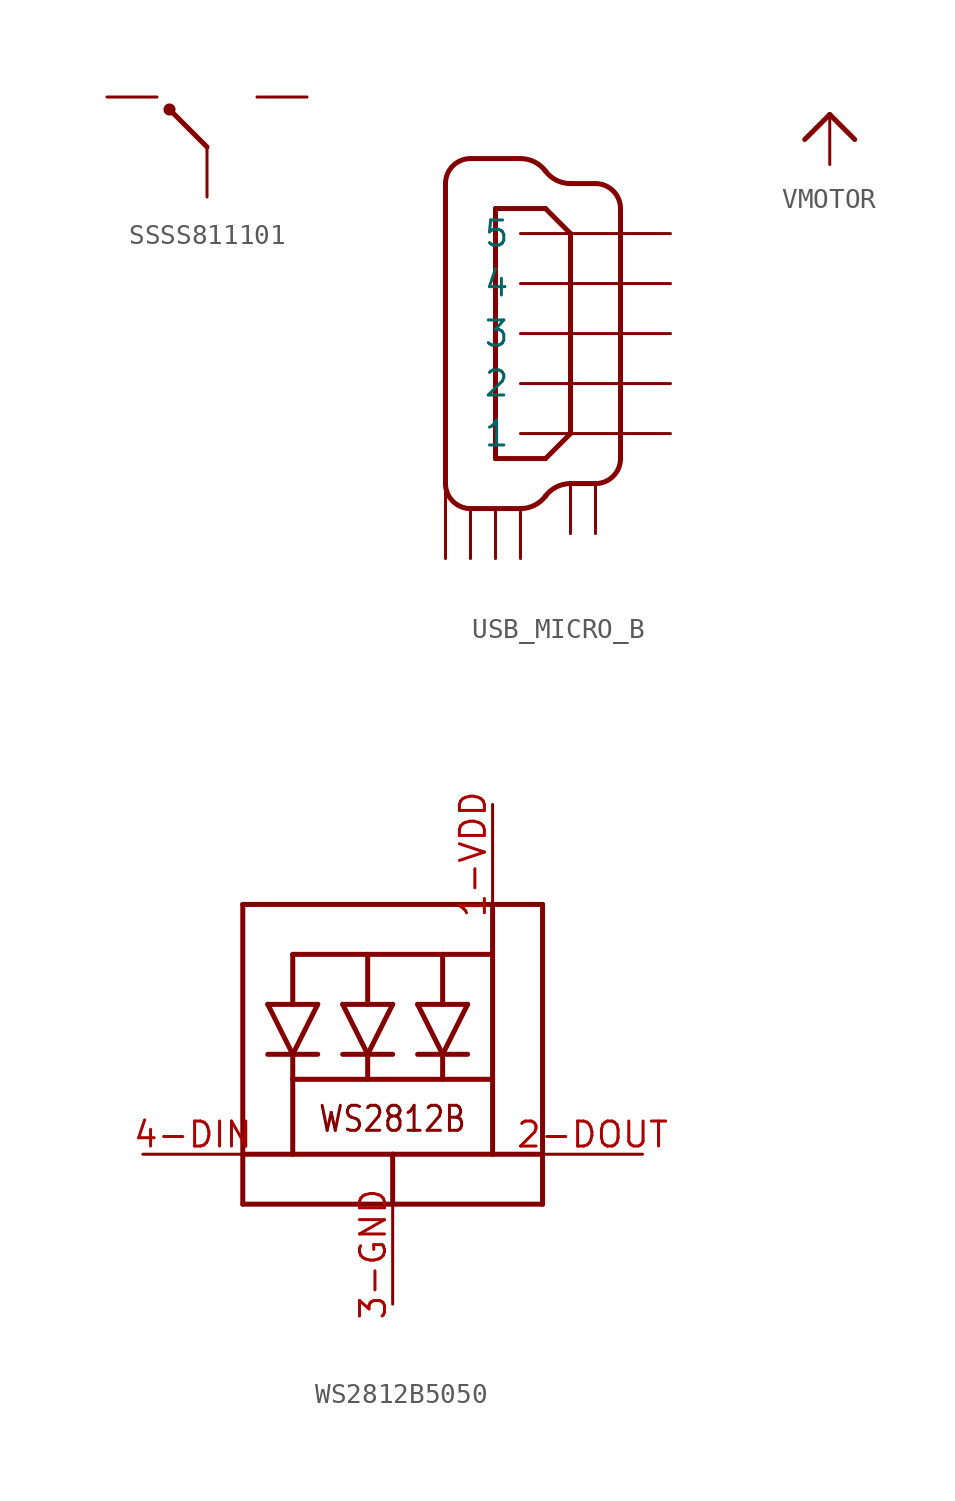
<source format=kicad_sym>
(kicad_symbol_lib
  (version 20231120)
  (generator "kicad_symbol_editor")
  (generator_version "8.0")
  (symbol "SSSS811101"
    (property "Reference" ""
      (at -2.54 2.54 0)
      (effects (font (size 1.778 1.511)) (justify left bottom) (hide yes)))
    (property "Value" ""
      (at 2.54 -5.08 0)
      (effects (font (size 1.778 1.511)) (justify left bottom)))
    (property "ki_locked" ""
      (at 0 0 0)
      (effects (font (size 1.27 1.27))))
    (symbol "SSSS811101_1_0"
      (circle (center -1.905 -0.635) (radius 0.057) (stroke (width 0.254) (type solid)) (fill (type none)))
      (polyline (pts (xy 0 -2.54) (xy -1.905 -0.635)) (stroke (width 0.254) (type solid)) (fill (type none)))
      (pin bidirectional line (at -5.08 0 0) (length 2.54) (name "1" (effects (font (size 0 0)))) (number "1" (effects (font (size 0 0)))))
      (pin bidirectional line (at 0 -5.08 90) (length 2.54) (name "2" (effects (font (size 0 0)))) (number "2" (effects (font (size 0 0)))))
      (pin bidirectional line (at 5.08 0 180) (length 2.54) (name "3" (effects (font (size 0 0)))) (number "3" (effects (font (size 0 0)))))))
  (symbol "USB_MICRO_B"
    (property "Reference" ""
      (at -6.35 12.7 0)
      (effects (font (size 1.778 1.511)) (justify left bottom) (hide yes)))
    (property "Value" ""
      (at -6.35 10.16 0)
      (effects (font (size 1.778 1.511)) (justify left bottom)))
    (property "ki_locked" ""
      (at 0 0 0)
      (effects (font (size 1.27 1.27))))
    (symbol "USB_MICRO_B_1_0"
      (arc (start -6.35 -7.62) (mid -5.978 -8.518) (end -5.08 -8.89) (stroke (width 0.254) (type solid)) (fill (type none)))
      (arc (start -5.08 8.89) (mid -5.978 8.518) (end -6.35 7.62) (stroke (width 0.254) (type solid)) (fill (type none)))
      (arc (start -2.54 -8.89) (mid -1.83 -8.7224) (end -1.2699 -8.255) (stroke (width 0.254) (type solid)) (fill (type none)))
      (arc (start -1.2699 8.255) (mid -1.83 8.7224) (end -2.54 8.89) (stroke (width 0.254) (type solid)) (fill (type none)))
      (arc (start -1.27 8.255) (mid -0.71 7.7876) (end 0 7.62) (stroke (width 0.254) (type solid)) (fill (type none)))
      (arc (start 0 -7.62) (mid -0.71 -7.7876) (end -1.27 -8.255) (stroke (width 0.254) (type solid)) (fill (type none)))
      (polyline (pts (xy -6.35 7.62) (xy -6.35 -7.62)) (stroke (width 0.254) (type solid)) (fill (type none)))
      (polyline (pts (xy -5.08 -8.89) (xy -2.54 -8.89)) (stroke (width 0.254) (type solid)) (fill (type none)))
      (polyline (pts (xy -5.08 8.89) (xy -2.54 8.89)) (stroke (width 0.254) (type solid)) (fill (type none)))
      (polyline (pts (xy -3.81 -6.35) (xy -3.81 6.35)) (stroke (width 0.254) (type solid)) (fill (type none)))
      (polyline (pts (xy -3.81 6.35) (xy -1.27 6.35)) (stroke (width 0.254) (type solid)) (fill (type none)))
      (polyline (pts (xy -1.27 -6.35) (xy -3.81 -6.35)) (stroke (width 0.254) (type solid)) (fill (type none)))
      (polyline (pts (xy -1.27 6.35) (xy 0 5.08)) (stroke (width 0.254) (type solid)) (fill (type none)))
      (polyline (pts (xy 0 -7.62) (xy 1.27 -7.62)) (stroke (width 0.254) (type solid)) (fill (type none)))
      (polyline (pts (xy 0 -5.08) (xy -1.27 -6.35)) (stroke (width 0.254) (type solid)) (fill (type none)))
      (polyline (pts (xy 0 5.08) (xy 0 -5.08)) (stroke (width 0.254) (type solid)) (fill (type none)))
      (polyline (pts (xy 0 7.62) (xy 1.27 7.62)) (stroke (width 0.254) (type solid)) (fill (type none)))
      (polyline (pts (xy 2.54 -6.35) (xy 2.54 6.35)) (stroke (width 0.254) (type solid)) (fill (type none)))
      (arc (start 1.27 -7.62) (mid 2.168 -7.248) (end 2.54 -6.35) (stroke (width 0.254) (type solid)) (fill (type none)))
      (arc (start 2.54 6.35) (mid 2.168 7.248) (end 1.27 7.62) (stroke (width 0.254) (type solid)) (fill (type none)))
      (pin bidirectional line (at 5.08 -5.08 180) (length 7.62) (name "1" (effects (font (size 1.27 1.27)))) (number "P$1" (effects (font (size 0 0)))))
      (pin bidirectional line (at 5.08 -2.54 180) (length 7.62) (name "2" (effects (font (size 1.27 1.27)))) (number "P$2" (effects (font (size 0 0)))))
      (pin bidirectional line (at 5.08 0 180) (length 7.62) (name "3" (effects (font (size 1.27 1.27)))) (number "P$3" (effects (font (size 0 0)))))
      (pin bidirectional line (at 5.08 2.54 180) (length 7.62) (name "4" (effects (font (size 1.27 1.27)))) (number "P$4" (effects (font (size 0 0)))))
      (pin bidirectional line (at 5.08 5.08 180) (length 7.62) (name "5" (effects (font (size 1.27 1.27)))) (number "P$5" (effects (font (size 0 0)))))
      (pin bidirectional line (at 1.27 -10.16 90) (length 2.54) (name "P$5" (effects (font (size 0 0)))) (number "P$6" (effects (font (size 0 0)))))
      (pin bidirectional line (at 0 -10.16 90) (length 2.54) (name "P$6" (effects (font (size 0 0)))) (number "P$7" (effects (font (size 0 0)))))
      (pin bidirectional line (at -3.81 -11.43 90) (length 2.54) (name "P$2" (effects (font (size 0 0)))) (number "SHIELD_1" (effects (font (size 0 0)))))
      (pin bidirectional line (at -5.08 -11.43 90) (length 2.54) (name "P$3" (effects (font (size 0 0)))) (number "SHIELD_2" (effects (font (size 0 0)))))
      (pin bidirectional line (at -2.54 -11.43 90) (length 2.54) (name "P$1" (effects (font (size 0 0)))) (number "SHIELD_3" (effects (font (size 0 0)))))
      (pin bidirectional line (at -6.35 -11.43 90) (length 5.08) (name "P$4" (effects (font (size 0 0)))) (number "SHIELD_4" (effects (font (size 0 0)))))))
  (symbol "VMOTOR"
    (power)
    (property "Reference" ""
      (at 0 0 0)
      (effects (font (size 1.27 1.27)) (hide yes)))
    (property "Value" ""
      (at -1.524 1.016 0)
      (effects (font (size 1.27 1.079)) (justify left bottom)))
    (property "ki_locked" ""
      (at 0 0 0)
      (effects (font (size 1.27 1.27))))
    (symbol "VMOTOR_1_0"
      (polyline (pts (xy -1.27 -1.27) (xy 0 0)) (stroke (width 0.254) (type solid)) (fill (type none)))
      (polyline (pts (xy 0 0) (xy 1.27 -1.27)) (stroke (width 0.254) (type solid)) (fill (type none)))
      (pin power_in line (at 0 -2.54 90) (length 2.54) (name "VMOTOR" (effects (font (size 0 0)))) (number "1" (effects (font (size 0 0)))))))
  (symbol "WS2812B5050"
    (property "Reference" "LED"
      (at 0 0 0)
      (effects (font (size 1.27 1.27)) (hide yes)))
    (property "ki_locked" ""
      (at 0 0 0)
      (effects (font (size 1.27 1.27))))
    (symbol "WS2812B5050_1_0"
      (polyline (pts (xy -7.62 -5.08) (xy 0 -5.08)) (stroke (width 0.254) (type solid)) (fill (type none)))
      (polyline (pts (xy -7.62 -2.54) (xy -7.62 -5.08)) (stroke (width 0.254) (type solid)) (fill (type none)))
      (polyline (pts (xy -7.62 10.16) (xy -7.62 -2.54)) (stroke (width 0.254) (type solid)) (fill (type none)))
      (polyline (pts (xy -6.35 2.54) (xy -5.08 2.54)) (stroke (width 0.254) (type solid)) (fill (type none)))
      (polyline (pts (xy -6.35 5.08) (xy -5.08 5.08)) (stroke (width 0.254) (type solid)) (fill (type none)))
      (polyline (pts (xy -5.08 -2.54) (xy -7.62 -2.54)) (stroke (width 0.254) (type solid)) (fill (type none)))
      (polyline (pts (xy -5.08 -2.54) (xy 0 -2.54)) (stroke (width 0.254) (type solid)) (fill (type none)))
      (polyline (pts (xy -5.08 1.27) (xy -5.08 -2.54)) (stroke (width 0.254) (type solid)) (fill (type none)))
      (polyline (pts (xy -5.08 2.54) (xy -6.35 5.08)) (stroke (width 0.254) (type solid)) (fill (type none)))
      (polyline (pts (xy -5.08 2.54) (xy -5.08 1.27)) (stroke (width 0.254) (type solid)) (fill (type none)))
      (polyline (pts (xy -5.08 2.54) (xy -3.81 5.08)) (stroke (width 0.254) (type solid)) (fill (type none)))
      (polyline (pts (xy -5.08 5.08) (xy -3.81 5.08)) (stroke (width 0.254) (type solid)) (fill (type none)))
      (polyline (pts (xy -5.08 7.62) (xy -5.08 5.08)) (stroke (width 0.254) (type solid)) (fill (type none)))
      (polyline (pts (xy -3.81 2.54) (xy -5.08 2.54)) (stroke (width 0.254) (type solid)) (fill (type none)))
      (polyline (pts (xy -2.54 2.54) (xy -1.27 2.54)) (stroke (width 0.254) (type solid)) (fill (type none)))
      (polyline (pts (xy -2.54 5.08) (xy 0 5.08)) (stroke (width 0.254) (type solid)) (fill (type none)))
      (polyline (pts (xy -1.27 1.27) (xy -5.08 1.27)) (stroke (width 0.254) (type solid)) (fill (type none)))
      (polyline (pts (xy -1.27 2.54) (xy -2.54 5.08)) (stroke (width 0.254) (type solid)) (fill (type none)))
      (polyline (pts (xy -1.27 2.54) (xy -1.27 1.27)) (stroke (width 0.254) (type solid)) (fill (type none)))
      (polyline (pts (xy -1.27 2.54) (xy 0 2.54)) (stroke (width 0.254) (type solid)) (fill (type none)))
      (polyline (pts (xy -1.27 5.08) (xy -1.27 7.62)) (stroke (width 0.254) (type solid)) (fill (type none)))
      (polyline (pts (xy -1.27 7.62) (xy -5.08 7.62)) (stroke (width 0.254) (type solid)) (fill (type none)))
      (polyline (pts (xy 0 -5.08) (xy 7.62 -5.08)) (stroke (width 0.254) (type solid)) (fill (type none)))
      (polyline (pts (xy 0 -2.54) (xy 0 -5.08)) (stroke (width 0.254) (type solid)) (fill (type none)))
      (polyline (pts (xy 0 -2.54) (xy 5.08 -2.54)) (stroke (width 0.254) (type solid)) (fill (type none)))
      (polyline (pts (xy 0 5.08) (xy -1.27 2.54)) (stroke (width 0.254) (type solid)) (fill (type none)))
      (polyline (pts (xy 1.27 5.08) (xy 2.54 2.54)) (stroke (width 0.254) (type solid)) (fill (type none)))
      (polyline (pts (xy 1.27 5.08) (xy 2.54 5.08)) (stroke (width 0.254) (type solid)) (fill (type none)))
      (polyline (pts (xy 2.54 1.27) (xy -1.27 1.27)) (stroke (width 0.254) (type solid)) (fill (type none)))
      (polyline (pts (xy 2.54 2.54) (xy 1.27 2.54)) (stroke (width 0.254) (type solid)) (fill (type none)))
      (polyline (pts (xy 2.54 2.54) (xy 2.54 1.27)) (stroke (width 0.254) (type solid)) (fill (type none)))
      (polyline (pts (xy 2.54 2.54) (xy 3.81 2.54)) (stroke (width 0.254) (type solid)) (fill (type none)))
      (polyline (pts (xy 2.54 2.54) (xy 3.81 5.08)) (stroke (width 0.254) (type solid)) (fill (type none)))
      (polyline (pts (xy 2.54 5.08) (xy 2.54 7.62)) (stroke (width 0.254) (type solid)) (fill (type none)))
      (polyline (pts (xy 2.54 7.62) (xy -1.27 7.62)) (stroke (width 0.254) (type solid)) (fill (type none)))
      (polyline (pts (xy 2.54 7.62) (xy 5.08 7.62)) (stroke (width 0.254) (type solid)) (fill (type none)))
      (polyline (pts (xy 3.81 5.08) (xy 2.54 5.08)) (stroke (width 0.254) (type solid)) (fill (type none)))
      (polyline (pts (xy 5.08 -2.54) (xy 5.08 1.27)) (stroke (width 0.254) (type solid)) (fill (type none)))
      (polyline (pts (xy 5.08 -2.54) (xy 7.62 -2.54)) (stroke (width 0.254) (type solid)) (fill (type none)))
      (polyline (pts (xy 5.08 1.27) (xy 2.54 1.27)) (stroke (width 0.254) (type solid)) (fill (type none)))
      (polyline (pts (xy 5.08 7.62) (xy 5.08 1.27)) (stroke (width 0.254) (type solid)) (fill (type none)))
      (polyline (pts (xy 5.08 10.16) (xy -7.62 10.16)) (stroke (width 0.254) (type solid)) (fill (type none)))
      (polyline (pts (xy 5.08 10.16) (xy 5.08 7.62)) (stroke (width 0.254) (type solid)) (fill (type none)))
      (polyline (pts (xy 7.62 -5.08) (xy 7.62 -2.54)) (stroke (width 0.254) (type solid)) (fill (type none)))
      (polyline (pts (xy 7.62 -2.54) (xy 7.62 10.16)) (stroke (width 0.254) (type solid)) (fill (type none)))
      (polyline (pts (xy 7.62 10.16) (xy 5.08 10.16)) (stroke (width 0.254) (type solid)) (fill (type none)))
      (text "WS2812B" (at 3.81 0 0) (effects (font (size 1.27 1.079)) (justify right top)))
      (pin power_in line (at 5.08 15.24 270) (length 5.08) (name "VDD" (effects (font (size 0 0)))) (number "1-VDD" (effects (font (size 1.27 1.27)))))
      (pin output line (at 12.7 -2.54 180) (length 5.08) (name "DO" (effects (font (size 0 0)))) (number "2-DOUT" (effects (font (size 1.27 1.27)))))
      (pin power_in line (at 0 -10.16 90) (length 5.08) (name "GND" (effects (font (size 0 0)))) (number "3-GND" (effects (font (size 1.27 1.27)))))
      (pin input line (at -12.7 -2.54 0) (length 5.08) (name "DI" (effects (font (size 0 0)))) (number "4-DIN" (effects (font (size 1.27 1.27))))))))
</source>
